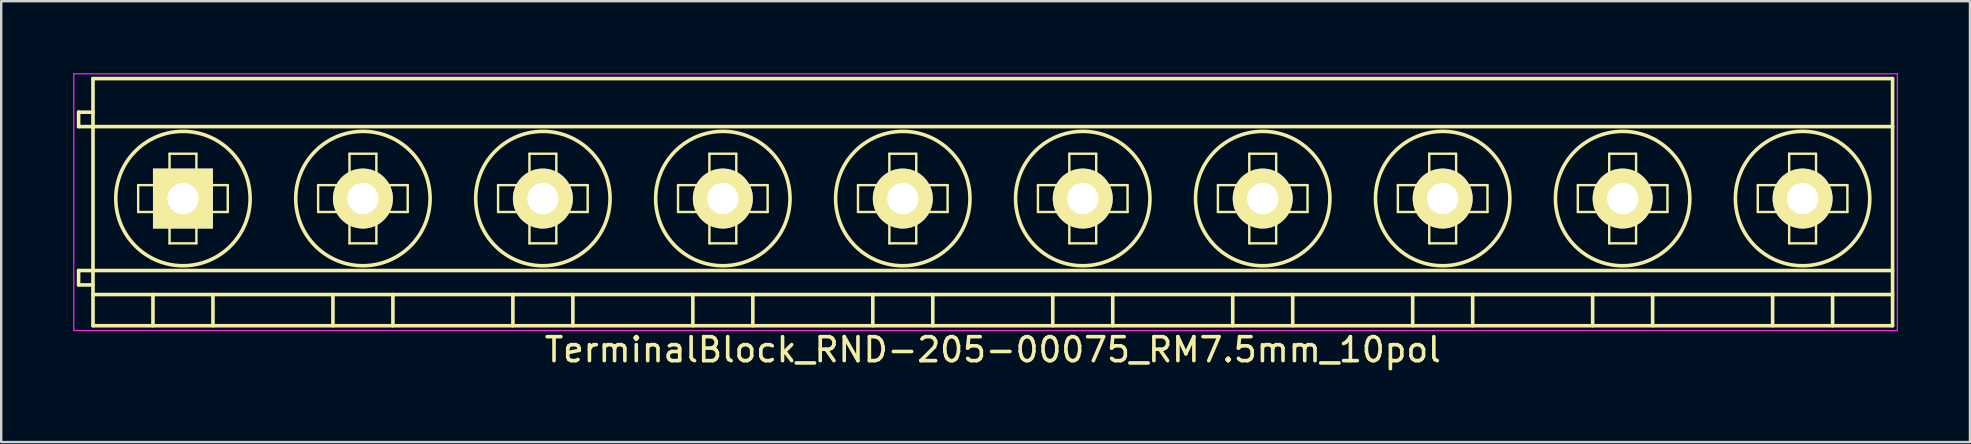
<source format=kicad_pcb>
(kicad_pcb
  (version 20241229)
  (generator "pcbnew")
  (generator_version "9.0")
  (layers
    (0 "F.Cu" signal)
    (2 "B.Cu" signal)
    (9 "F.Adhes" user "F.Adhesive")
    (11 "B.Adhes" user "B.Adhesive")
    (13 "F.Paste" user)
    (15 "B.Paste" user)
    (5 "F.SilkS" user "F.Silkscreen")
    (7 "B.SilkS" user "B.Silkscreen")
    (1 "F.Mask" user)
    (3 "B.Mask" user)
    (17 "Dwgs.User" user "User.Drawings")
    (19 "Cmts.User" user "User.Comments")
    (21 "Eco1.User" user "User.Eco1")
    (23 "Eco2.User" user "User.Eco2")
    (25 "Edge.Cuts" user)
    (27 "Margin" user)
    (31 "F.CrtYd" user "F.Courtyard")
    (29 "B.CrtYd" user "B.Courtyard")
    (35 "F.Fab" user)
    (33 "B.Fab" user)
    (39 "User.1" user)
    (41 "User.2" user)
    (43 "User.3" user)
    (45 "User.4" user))
  (footprint "TerminalBlock_RND-205-00075_RM7.5mm_10pol"
    (layer "F.Cu")
    (at 4.575 5.225)
    (property "Reference" "TerminalBlock_RND-205-00075_RM7.5mm_10pol" (at 33.75 6.3 0) (layer "F.SilkS") (effects (font (size 1 1) (thickness 0.15))))
    (attr through_hole)
    (fp_line (start -4.35 -3.6) (end -4.35 -3) (stroke (width 0.15) (type solid)) (layer "F.SilkS"))
    (fp_line (start -4.35 -3) (end -3.75 -3) (stroke (width 0.15) (type solid)) (layer "F.SilkS"))
    (fp_line (start -4.35 3) (end -4.35 3.6) (stroke (width 0.15) (type solid)) (layer "F.SilkS"))
    (fp_line (start -4.35 3.6) (end -3.75 3.6) (stroke (width 0.15) (type solid)) (layer "F.SilkS"))
    (fp_line (start -3.75 -5) (end 71.25 -5) (stroke (width 0.15) (type solid)) (layer "F.SilkS"))
    (fp_line (start -3.75 -3.6) (end -4.35 -3.6) (stroke (width 0.15) (type solid)) (layer "F.SilkS"))
    (fp_line (start -3.75 -3) (end 71.25 -3) (stroke (width 0.15) (type solid)) (layer "F.SilkS"))
    (fp_line (start -3.75 3) (end -4.35 3) (stroke (width 0.15) (type solid)) (layer "F.SilkS"))
    (fp_line (start -3.75 3) (end 71.25 3) (stroke (width 0.15) (type solid)) (layer "F.SilkS"))
    (fp_line (start -3.75 4) (end 71.25 4) (stroke (width 0.15) (type solid)) (layer "F.SilkS"))
    (fp_line (start -3.75 5.3) (end -3.75 -5) (stroke (width 0.15) (type solid)) (layer "F.SilkS"))
    (fp_line (start -1.867 -0.56) (end -0.56 -0.56) (stroke (width 0.1) (type solid)) (layer "F.SilkS"))
    (fp_line (start -1.867 0.56) (end -1.867 -0.56) (stroke (width 0.1) (type solid)) (layer "F.SilkS"))
    (fp_line (start -1.25 4) (end -1.25 5.3) (stroke (width 0.15) (type solid)) (layer "F.SilkS"))
    (fp_line (start -0.56 -1.867) (end 0.56 -1.867) (stroke (width 0.1) (type solid)) (layer "F.SilkS"))
    (fp_line (start -0.56 -0.56) (end -0.56 -1.867) (stroke (width 0.1) (type solid)) (layer "F.SilkS"))
    (fp_line (start -0.56 0.56) (end -1.867 0.56) (stroke (width 0.1) (type solid)) (layer "F.SilkS"))
    (fp_line (start -0.56 1.867) (end -0.56 0.56) (stroke (width 0.1) (type solid)) (layer "F.SilkS"))
    (fp_line (start 0.56 -1.867) (end 0.56 -0.56) (stroke (width 0.1) (type solid)) (layer "F.SilkS"))
    (fp_line (start 0.56 -0.56) (end 1.867 -0.56) (stroke (width 0.1) (type solid)) (layer "F.SilkS"))
    (fp_line (start 0.56 0.56) (end 0.56 1.867) (stroke (width 0.1) (type solid)) (layer "F.SilkS"))
    (fp_line (start 0.56 1.867) (end -0.56 1.867) (stroke (width 0.1) (type solid)) (layer "F.SilkS"))
    (fp_line (start 1.25 4) (end 1.25 5.3) (stroke (width 0.15) (type solid)) (layer "F.SilkS"))
    (fp_line (start 1.867 -0.56) (end 1.867 0.56) (stroke (width 0.1) (type solid)) (layer "F.SilkS"))
    (fp_line (start 1.867 0.56) (end 0.56 0.56) (stroke (width 0.1) (type solid)) (layer "F.SilkS"))
    (fp_line (start 5.633 -0.56) (end 6.94 -0.56) (stroke (width 0.1) (type solid)) (layer "F.SilkS"))
    (fp_line (start 5.633 0.56) (end 5.633 -0.56) (stroke (width 0.1) (type solid)) (layer "F.SilkS"))
    (fp_line (start 6.25 4) (end 6.25 5.3) (stroke (width 0.15) (type solid)) (layer "F.SilkS"))
    (fp_line (start 6.94 -1.867) (end 8.06 -1.867) (stroke (width 0.1) (type solid)) (layer "F.SilkS"))
    (fp_line (start 6.94 -0.56) (end 6.94 -1.867) (stroke (width 0.1) (type solid)) (layer "F.SilkS"))
    (fp_line (start 6.94 0.56) (end 5.633 0.56) (stroke (width 0.1) (type solid)) (layer "F.SilkS"))
    (fp_line (start 6.94 1.867) (end 6.94 0.56) (stroke (width 0.1) (type solid)) (layer "F.SilkS"))
    (fp_line (start 8.06 -1.867) (end 8.06 -0.56) (stroke (width 0.1) (type solid)) (layer "F.SilkS"))
    (fp_line (start 8.06 -0.56) (end 9.367 -0.56) (stroke (width 0.1) (type solid)) (layer "F.SilkS"))
    (fp_line (start 8.06 0.56) (end 8.06 1.867) (stroke (width 0.1) (type solid)) (layer "F.SilkS"))
    (fp_line (start 8.06 1.867) (end 6.94 1.867) (stroke (width 0.1) (type solid)) (layer "F.SilkS"))
    (fp_line (start 8.75 4) (end 8.75 5.3) (stroke (width 0.15) (type solid)) (layer "F.SilkS"))
    (fp_line (start 9.367 -0.56) (end 9.367 0.56) (stroke (width 0.1) (type solid)) (layer "F.SilkS"))
    (fp_line (start 9.367 0.56) (end 8.06 0.56) (stroke (width 0.1) (type solid)) (layer "F.SilkS"))
    (fp_line (start 13.133 -0.56) (end 14.44 -0.56) (stroke (width 0.1) (type solid)) (layer "F.SilkS"))
    (fp_line (start 13.133 0.56) (end 13.133 -0.56) (stroke (width 0.1) (type solid)) (layer "F.SilkS"))
    (fp_line (start 13.75 4) (end 13.75 5.3) (stroke (width 0.15) (type solid)) (layer "F.SilkS"))
    (fp_line (start 14.44 -1.867) (end 15.56 -1.867) (stroke (width 0.1) (type solid)) (layer "F.SilkS"))
    (fp_line (start 14.44 -0.56) (end 14.44 -1.867) (stroke (width 0.1) (type solid)) (layer "F.SilkS"))
    (fp_line (start 14.44 0.56) (end 13.133 0.56) (stroke (width 0.1) (type solid)) (layer "F.SilkS"))
    (fp_line (start 14.44 1.867) (end 14.44 0.56) (stroke (width 0.1) (type solid)) (layer "F.SilkS"))
    (fp_line (start 15.56 -1.867) (end 15.56 -0.56) (stroke (width 0.1) (type solid)) (layer "F.SilkS"))
    (fp_line (start 15.56 -0.56) (end 16.867 -0.56) (stroke (width 0.1) (type solid)) (layer "F.SilkS"))
    (fp_line (start 15.56 0.56) (end 15.56 1.867) (stroke (width 0.1) (type solid)) (layer "F.SilkS"))
    (fp_line (start 15.56 1.867) (end 14.44 1.867) (stroke (width 0.1) (type solid)) (layer "F.SilkS"))
    (fp_line (start 16.25 4) (end 16.25 5.3) (stroke (width 0.15) (type solid)) (layer "F.SilkS"))
    (fp_line (start 16.867 -0.56) (end 16.867 0.56) (stroke (width 0.1) (type solid)) (layer "F.SilkS"))
    (fp_line (start 16.867 0.56) (end 15.56 0.56) (stroke (width 0.1) (type solid)) (layer "F.SilkS"))
    (fp_line (start 20.633 -0.56) (end 21.94 -0.56) (stroke (width 0.1) (type solid)) (layer "F.SilkS"))
    (fp_line (start 20.633 0.56) (end 20.633 -0.56) (stroke (width 0.1) (type solid)) (layer "F.SilkS"))
    (fp_line (start 21.25 4) (end 21.25 5.3) (stroke (width 0.15) (type solid)) (layer "F.SilkS"))
    (fp_line (start 21.94 -1.867) (end 23.06 -1.867) (stroke (width 0.1) (type solid)) (layer "F.SilkS"))
    (fp_line (start 21.94 -0.56) (end 21.94 -1.867) (stroke (width 0.1) (type solid)) (layer "F.SilkS"))
    (fp_line (start 21.94 0.56) (end 20.633 0.56) (stroke (width 0.1) (type solid)) (layer "F.SilkS"))
    (fp_line (start 21.94 1.867) (end 21.94 0.56) (stroke (width 0.1) (type solid)) (layer "F.SilkS"))
    (fp_line (start 23.06 -1.867) (end 23.06 -0.56) (stroke (width 0.1) (type solid)) (layer "F.SilkS"))
    (fp_line (start 23.06 -0.56) (end 24.367 -0.56) (stroke (width 0.1) (type solid)) (layer "F.SilkS"))
    (fp_line (start 23.06 0.56) (end 23.06 1.867) (stroke (width 0.1) (type solid)) (layer "F.SilkS"))
    (fp_line (start 23.06 1.867) (end 21.94 1.867) (stroke (width 0.1) (type solid)) (layer "F.SilkS"))
    (fp_line (start 23.75 4) (end 23.75 5.3) (stroke (width 0.15) (type solid)) (layer "F.SilkS"))
    (fp_line (start 24.367 -0.56) (end 24.367 0.56) (stroke (width 0.1) (type solid)) (layer "F.SilkS"))
    (fp_line (start 24.367 0.56) (end 23.06 0.56) (stroke (width 0.1) (type solid)) (layer "F.SilkS"))
    (fp_line (start 28.133 -0.56) (end 29.44 -0.56) (stroke (width 0.1) (type solid)) (layer "F.SilkS"))
    (fp_line (start 28.133 0.56) (end 28.133 -0.56) (stroke (width 0.1) (type solid)) (layer "F.SilkS"))
    (fp_line (start 28.75 4) (end 28.75 5.3) (stroke (width 0.15) (type solid)) (layer "F.SilkS"))
    (fp_line (start 29.44 -1.867) (end 30.56 -1.867) (stroke (width 0.1) (type solid)) (layer "F.SilkS"))
    (fp_line (start 29.44 -0.56) (end 29.44 -1.867) (stroke (width 0.1) (type solid)) (layer "F.SilkS"))
    (fp_line (start 29.44 0.56) (end 28.133 0.56) (stroke (width 0.1) (type solid)) (layer "F.SilkS"))
    (fp_line (start 29.44 1.867) (end 29.44 0.56) (stroke (width 0.1) (type solid)) (layer "F.SilkS"))
    (fp_line (start 30.56 -1.867) (end 30.56 -0.56) (stroke (width 0.1) (type solid)) (layer "F.SilkS"))
    (fp_line (start 30.56 -0.56) (end 31.867 -0.56) (stroke (width 0.1) (type solid)) (layer "F.SilkS"))
    (fp_line (start 30.56 0.56) (end 30.56 1.867) (stroke (width 0.1) (type solid)) (layer "F.SilkS"))
    (fp_line (start 30.56 1.867) (end 29.44 1.867) (stroke (width 0.1) (type solid)) (layer "F.SilkS"))
    (fp_line (start 31.25 4) (end 31.25 5.3) (stroke (width 0.15) (type solid)) (layer "F.SilkS"))
    (fp_line (start 31.867 -0.56) (end 31.867 0.56) (stroke (width 0.1) (type solid)) (layer "F.SilkS"))
    (fp_line (start 31.867 0.56) (end 30.56 0.56) (stroke (width 0.1) (type solid)) (layer "F.SilkS"))
    (fp_line (start 35.633 -0.56) (end 36.94 -0.56) (stroke (width 0.1) (type solid)) (layer "F.SilkS"))
    (fp_line (start 35.633 0.56) (end 35.633 -0.56) (stroke (width 0.1) (type solid)) (layer "F.SilkS"))
    (fp_line (start 36.25 4) (end 36.25 5.3) (stroke (width 0.15) (type solid)) (layer "F.SilkS"))
    (fp_line (start 36.94 -1.867) (end 38.06 -1.867) (stroke (width 0.1) (type solid)) (layer "F.SilkS"))
    (fp_line (start 36.94 -0.56) (end 36.94 -1.867) (stroke (width 0.1) (type solid)) (layer "F.SilkS"))
    (fp_line (start 36.94 0.56) (end 35.633 0.56) (stroke (width 0.1) (type solid)) (layer "F.SilkS"))
    (fp_line (start 36.94 1.867) (end 36.94 0.56) (stroke (width 0.1) (type solid)) (layer "F.SilkS"))
    (fp_line (start 38.06 -1.867) (end 38.06 -0.56) (stroke (width 0.1) (type solid)) (layer "F.SilkS"))
    (fp_line (start 38.06 -0.56) (end 39.367 -0.56) (stroke (width 0.1) (type solid)) (layer "F.SilkS"))
    (fp_line (start 38.06 0.56) (end 38.06 1.867) (stroke (width 0.1) (type solid)) (layer "F.SilkS"))
    (fp_line (start 38.06 1.867) (end 36.94 1.867) (stroke (width 0.1) (type solid)) (layer "F.SilkS"))
    (fp_line (start 38.75 4) (end 38.75 5.3) (stroke (width 0.15) (type solid)) (layer "F.SilkS"))
    (fp_line (start 39.367 -0.56) (end 39.367 0.56) (stroke (width 0.1) (type solid)) (layer "F.SilkS"))
    (fp_line (start 39.367 0.56) (end 38.06 0.56) (stroke (width 0.1) (type solid)) (layer "F.SilkS"))
    (fp_line (start 43.133 -0.56) (end 44.44 -0.56) (stroke (width 0.1) (type solid)) (layer "F.SilkS"))
    (fp_line (start 43.133 0.56) (end 43.133 -0.56) (stroke (width 0.1) (type solid)) (layer "F.SilkS"))
    (fp_line (start 43.75 4) (end 43.75 5.3) (stroke (width 0.15) (type solid)) (layer "F.SilkS"))
    (fp_line (start 44.44 -1.867) (end 45.56 -1.867) (stroke (width 0.1) (type solid)) (layer "F.SilkS"))
    (fp_line (start 44.44 -0.56) (end 44.44 -1.867) (stroke (width 0.1) (type solid)) (layer "F.SilkS"))
    (fp_line (start 44.44 0.56) (end 43.133 0.56) (stroke (width 0.1) (type solid)) (layer "F.SilkS"))
    (fp_line (start 44.44 1.867) (end 44.44 0.56) (stroke (width 0.1) (type solid)) (layer "F.SilkS"))
    (fp_line (start 45.56 -1.867) (end 45.56 -0.56) (stroke (width 0.1) (type solid)) (layer "F.SilkS"))
    (fp_line (start 45.56 -0.56) (end 46.867 -0.56) (stroke (width 0.1) (type solid)) (layer "F.SilkS"))
    (fp_line (start 45.56 0.56) (end 45.56 1.867) (stroke (width 0.1) (type solid)) (layer "F.SilkS"))
    (fp_line (start 45.56 1.867) (end 44.44 1.867) (stroke (width 0.1) (type solid)) (layer "F.SilkS"))
    (fp_line (start 46.25 4) (end 46.25 5.3) (stroke (width 0.15) (type solid)) (layer "F.SilkS"))
    (fp_line (start 46.867 -0.56) (end 46.867 0.56) (stroke (width 0.1) (type solid)) (layer "F.SilkS"))
    (fp_line (start 46.867 0.56) (end 45.56 0.56) (stroke (width 0.1) (type solid)) (layer "F.SilkS"))
    (fp_line (start 50.633 -0.56) (end 51.94 -0.56) (stroke (width 0.1) (type solid)) (layer "F.SilkS"))
    (fp_line (start 50.633 0.56) (end 50.633 -0.56) (stroke (width 0.1) (type solid)) (layer "F.SilkS"))
    (fp_line (start 51.25 4) (end 51.25 5.3) (stroke (width 0.15) (type solid)) (layer "F.SilkS"))
    (fp_line (start 51.94 -1.867) (end 53.06 -1.867) (stroke (width 0.1) (type solid)) (layer "F.SilkS"))
    (fp_line (start 51.94 -0.56) (end 51.94 -1.867) (stroke (width 0.1) (type solid)) (layer "F.SilkS"))
    (fp_line (start 51.94 0.56) (end 50.633 0.56) (stroke (width 0.1) (type solid)) (layer "F.SilkS"))
    (fp_line (start 51.94 1.867) (end 51.94 0.56) (stroke (width 0.1) (type solid)) (layer "F.SilkS"))
    (fp_line (start 53.06 -1.867) (end 53.06 -0.56) (stroke (width 0.1) (type solid)) (layer "F.SilkS"))
    (fp_line (start 53.06 -0.56) (end 54.367 -0.56) (stroke (width 0.1) (type solid)) (layer "F.SilkS"))
    (fp_line (start 53.06 0.56) (end 53.06 1.867) (stroke (width 0.1) (type solid)) (layer "F.SilkS"))
    (fp_line (start 53.06 1.867) (end 51.94 1.867) (stroke (width 0.1) (type solid)) (layer "F.SilkS"))
    (fp_line (start 53.75 4) (end 53.75 5.3) (stroke (width 0.15) (type solid)) (layer "F.SilkS"))
    (fp_line (start 54.367 -0.56) (end 54.367 0.56) (stroke (width 0.1) (type solid)) (layer "F.SilkS"))
    (fp_line (start 54.367 0.56) (end 53.06 0.56) (stroke (width 0.1) (type solid)) (layer "F.SilkS"))
    (fp_line (start 58.133 -0.56) (end 59.44 -0.56) (stroke (width 0.1) (type solid)) (layer "F.SilkS"))
    (fp_line (start 58.133 0.56) (end 58.133 -0.56) (stroke (width 0.1) (type solid)) (layer "F.SilkS"))
    (fp_line (start 58.75 4) (end 58.75 5.3) (stroke (width 0.15) (type solid)) (layer "F.SilkS"))
    (fp_line (start 59.44 -1.867) (end 60.56 -1.867) (stroke (width 0.1) (type solid)) (layer "F.SilkS"))
    (fp_line (start 59.44 -0.56) (end 59.44 -1.867) (stroke (width 0.1) (type solid)) (layer "F.SilkS"))
    (fp_line (start 59.44 0.56) (end 58.133 0.56) (stroke (width 0.1) (type solid)) (layer "F.SilkS"))
    (fp_line (start 59.44 1.867) (end 59.44 0.56) (stroke (width 0.1) (type solid)) (layer "F.SilkS"))
    (fp_line (start 60.56 -1.867) (end 60.56 -0.56) (stroke (width 0.1) (type solid)) (layer "F.SilkS"))
    (fp_line (start 60.56 -0.56) (end 61.867 -0.56) (stroke (width 0.1) (type solid)) (layer "F.SilkS"))
    (fp_line (start 60.56 0.56) (end 60.56 1.867) (stroke (width 0.1) (type solid)) (layer "F.SilkS"))
    (fp_line (start 60.56 1.867) (end 59.44 1.867) (stroke (width 0.1) (type solid)) (layer "F.SilkS"))
    (fp_line (start 61.25 4) (end 61.25 5.3) (stroke (width 0.15) (type solid)) (layer "F.SilkS"))
    (fp_line (start 61.867 -0.56) (end 61.867 0.56) (stroke (width 0.1) (type solid)) (layer "F.SilkS"))
    (fp_line (start 61.867 0.56) (end 60.56 0.56) (stroke (width 0.1) (type solid)) (layer "F.SilkS"))
    (fp_line (start 65.633 -0.56) (end 66.94 -0.56) (stroke (width 0.1) (type solid)) (layer "F.SilkS"))
    (fp_line (start 65.633 0.56) (end 65.633 -0.56) (stroke (width 0.1) (type solid)) (layer "F.SilkS"))
    (fp_line (start 66.25 4) (end 66.25 5.3) (stroke (width 0.15) (type solid)) (layer "F.SilkS"))
    (fp_line (start 66.94 -1.867) (end 68.06 -1.867) (stroke (width 0.1) (type solid)) (layer "F.SilkS"))
    (fp_line (start 66.94 -0.56) (end 66.94 -1.867) (stroke (width 0.1) (type solid)) (layer "F.SilkS"))
    (fp_line (start 66.94 0.56) (end 65.633 0.56) (stroke (width 0.1) (type solid)) (layer "F.SilkS"))
    (fp_line (start 66.94 1.867) (end 66.94 0.56) (stroke (width 0.1) (type solid)) (layer "F.SilkS"))
    (fp_line (start 68.06 -1.867) (end 68.06 -0.56) (stroke (width 0.1) (type solid)) (layer "F.SilkS"))
    (fp_line (start 68.06 -0.56) (end 69.367 -0.56) (stroke (width 0.1) (type solid)) (layer "F.SilkS"))
    (fp_line (start 68.06 0.56) (end 68.06 1.867) (stroke (width 0.1) (type solid)) (layer "F.SilkS"))
    (fp_line (start 68.06 1.867) (end 66.94 1.867) (stroke (width 0.1) (type solid)) (layer "F.SilkS"))
    (fp_line (start 68.75 4) (end 68.75 5.3) (stroke (width 0.15) (type solid)) (layer "F.SilkS"))
    (fp_line (start 69.367 -0.56) (end 69.367 0.56) (stroke (width 0.1) (type solid)) (layer "F.SilkS"))
    (fp_line (start 69.367 0.56) (end 68.06 0.56) (stroke (width 0.1) (type solid)) (layer "F.SilkS"))
    (fp_line (start 71.25 -5) (end 71.25 5.3) (stroke (width 0.15) (type solid)) (layer "F.SilkS"))
    (fp_line (start 71.25 5.3) (end -3.75 5.3) (stroke (width 0.15) (type solid)) (layer "F.SilkS"))
    (fp_circle (center 0 0) (end -2.8 0) (stroke (width 0.15) (type solid)) (fill no) (layer "F.SilkS"))
    (fp_circle (center 7.5 0) (end 4.7 0) (stroke (width 0.15) (type solid)) (fill no) (layer "F.SilkS"))
    (fp_circle (center 15 0) (end 12.2 0) (stroke (width 0.15) (type solid)) (fill no) (layer "F.SilkS"))
    (fp_circle (center 22.5 0) (end 19.7 0) (stroke (width 0.15) (type solid)) (fill no) (layer "F.SilkS"))
    (fp_circle (center 30 0) (end 27.2 0) (stroke (width 0.15) (type solid)) (fill no) (layer "F.SilkS"))
    (fp_circle (center 37.5 0) (end 34.7 0) (stroke (width 0.15) (type solid)) (fill no) (layer "F.SilkS"))
    (fp_circle (center 45 0) (end 42.2 0) (stroke (width 0.15) (type solid)) (fill no) (layer "F.SilkS"))
    (fp_circle (center 52.5 0) (end 49.7 0) (stroke (width 0.15) (type solid)) (fill no) (layer "F.SilkS"))
    (fp_circle (center 60 0) (end 57.2 0) (stroke (width 0.15) (type solid)) (fill no) (layer "F.SilkS"))
    (fp_circle (center 67.5 0) (end 64.7 0) (stroke (width 0.15) (type solid)) (fill no) (layer "F.SilkS"))
    (fp_line (start -4.55 -5.2) (end 71.45 -5.2) (stroke (width 0.05) (type solid)) (layer "F.CrtYd"))
    (fp_line (start -4.55 5.5) (end -4.55 -5.2) (stroke (width 0.05) (type solid)) (layer "F.CrtYd"))
    (fp_line (start 71.45 -5.2) (end 71.45 5.5) (stroke (width 0.05) (type solid)) (layer "F.CrtYd"))
    (fp_line (start 71.45 5.5) (end -4.55 5.5) (stroke (width 0.05) (type solid)) (layer "F.CrtYd"))
    (pad "1" thru_hole rect (at 0 0) (size 2.5 2.5) (drill 1.3) (layers "*.Cu" "*.Mask" "F.SilkS"))
    (pad "2" thru_hole circle (at 7.5 0) (size 2.5 2.5) (drill 1.3) (layers "*.Cu" "*.Mask" "F.SilkS"))
    (pad "3" thru_hole circle (at 15 0) (size 2.5 2.5) (drill 1.3) (layers "*.Cu" "*.Mask" "F.SilkS"))
    (pad "4" thru_hole circle (at 22.5 0) (size 2.5 2.5) (drill 1.3) (layers "*.Cu" "*.Mask" "F.SilkS"))
    (pad "5" thru_hole circle (at 30 0) (size 2.5 2.5) (drill 1.3) (layers "*.Cu" "*.Mask" "F.SilkS"))
    (pad "6" thru_hole circle (at 37.5 0) (size 2.5 2.5) (drill 1.3) (layers "*.Cu" "*.Mask" "F.SilkS"))
    (pad "7" thru_hole circle (at 45 0) (size 2.5 2.5) (drill 1.3) (layers "*.Cu" "*.Mask" "F.SilkS"))
    (pad "8" thru_hole circle (at 52.5 0) (size 2.5 2.5) (drill 1.3) (layers "*.Cu" "*.Mask" "F.SilkS"))
    (pad "9" thru_hole circle (at 60 0) (size 2.5 2.5) (drill 1.3) (layers "*.Cu" "*.Mask" "F.SilkS"))
    (pad "10" thru_hole circle (at 67.5 0) (size 2.5 2.5) (drill 1.3) (layers "*.Cu" "*.Mask" "F.SilkS")))
  (gr_rect
    (start -3 -3)
    (end 79.05 15.373)
    (stroke (width 0.1) (type default))
    (fill no)
    (layer "Edge.Cuts")))
</source>
